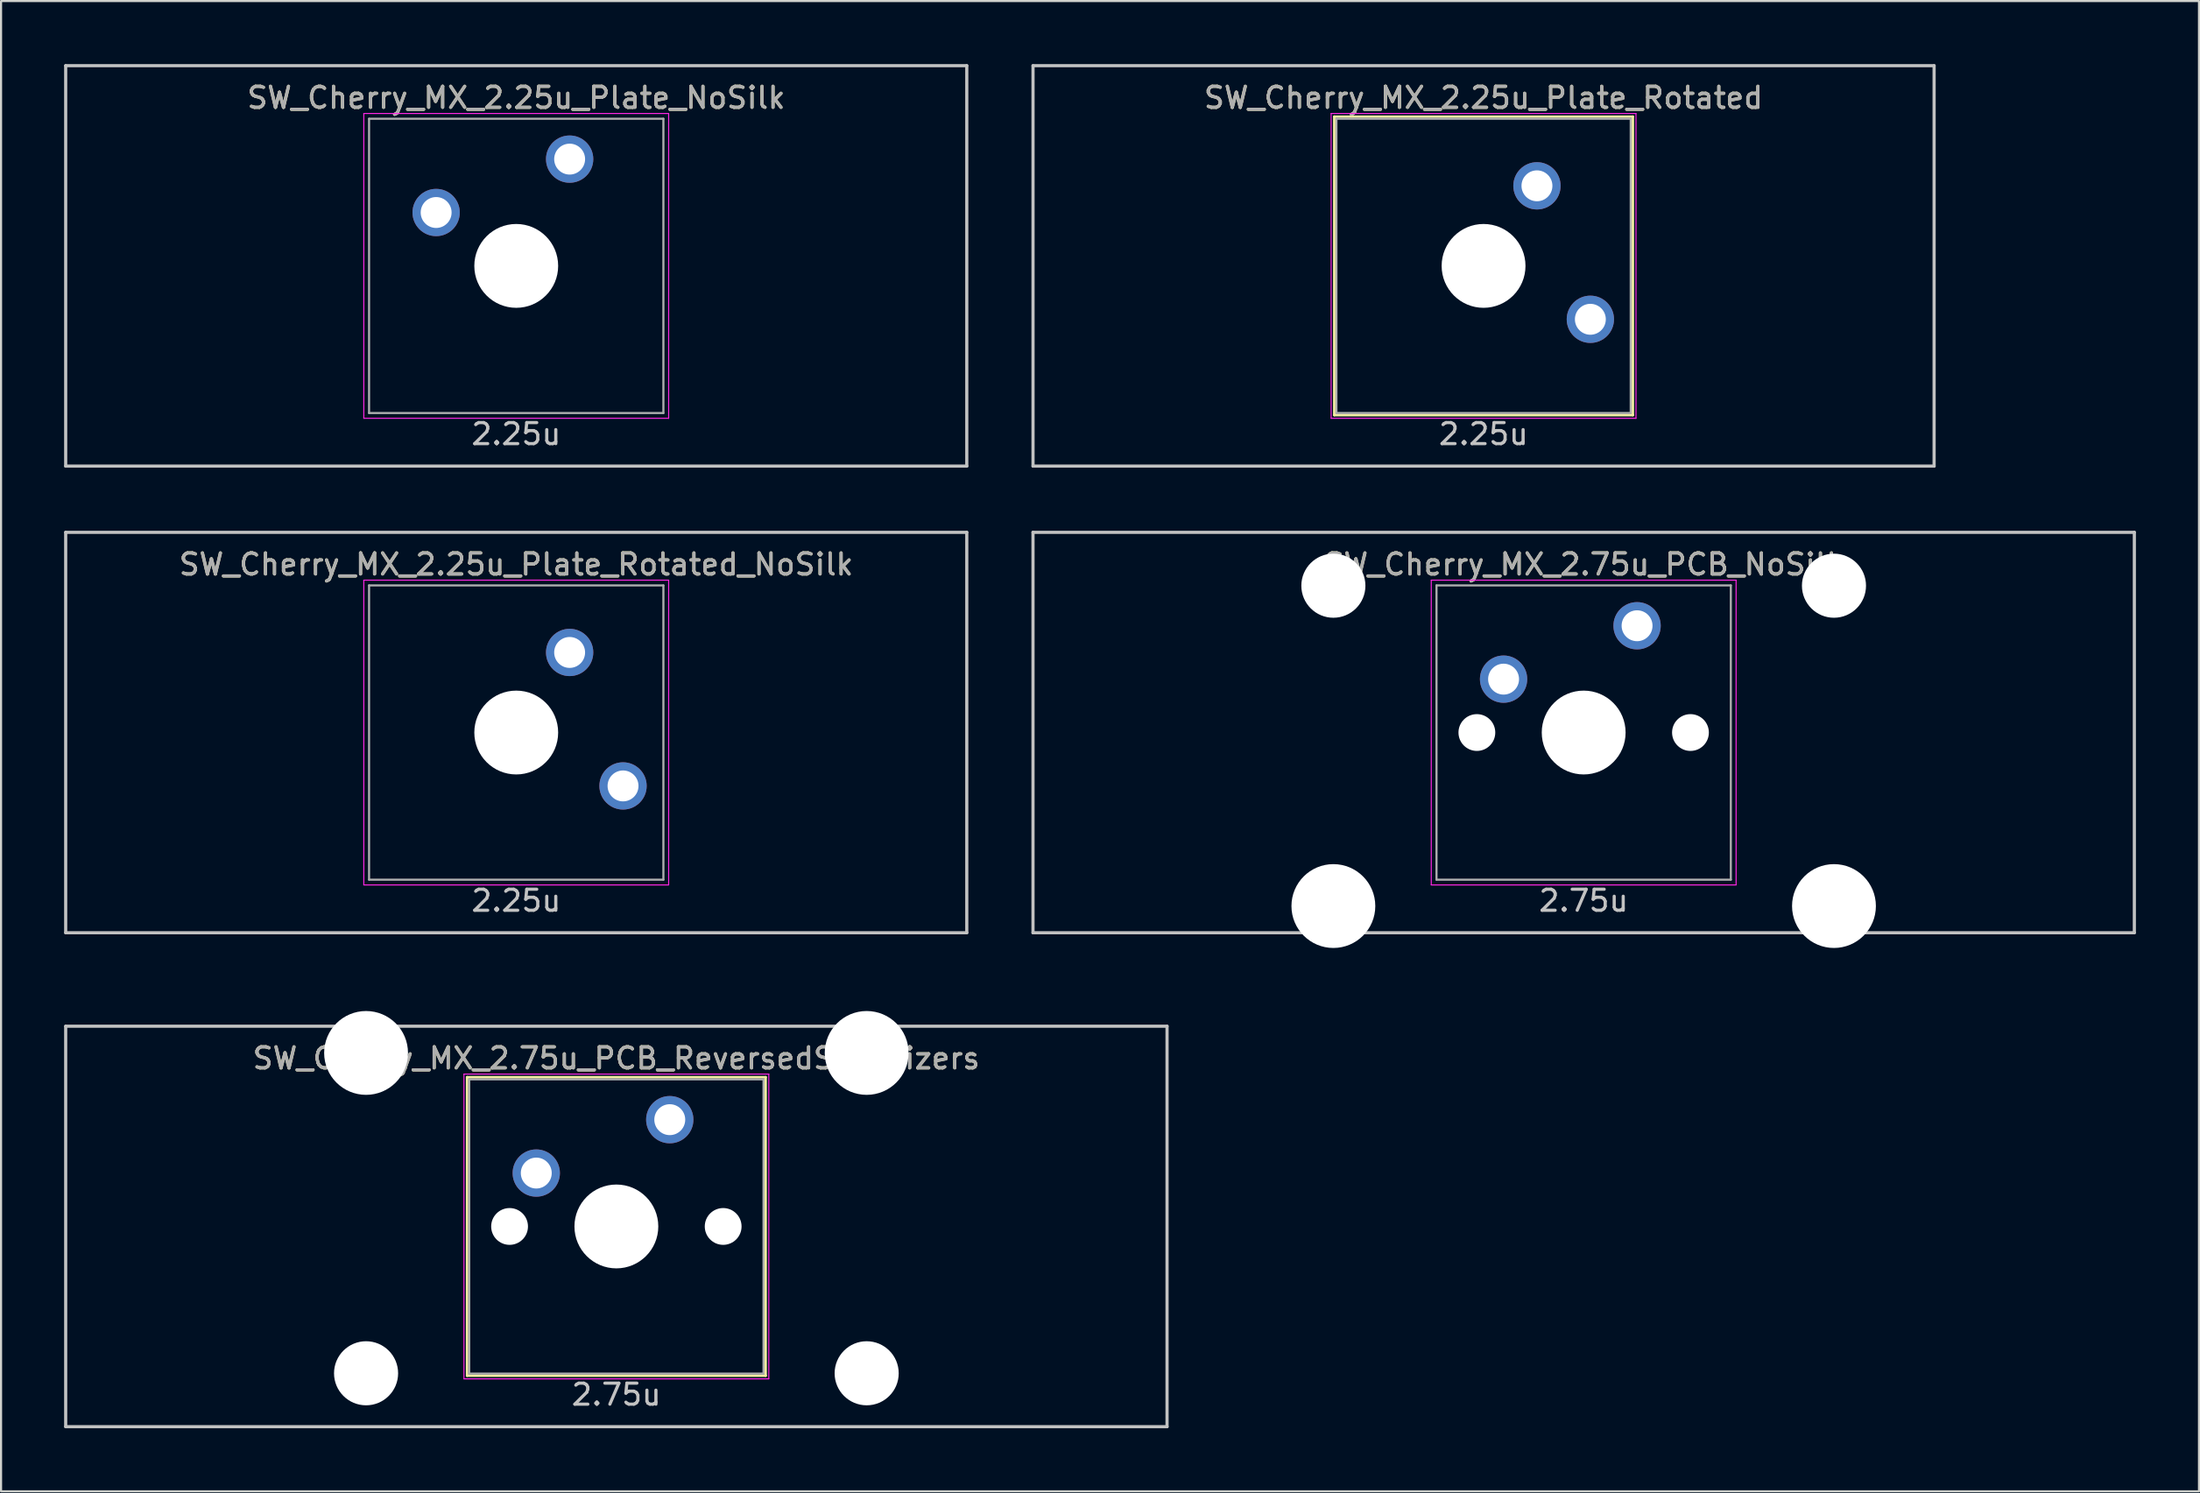
<source format=kicad_pcb>
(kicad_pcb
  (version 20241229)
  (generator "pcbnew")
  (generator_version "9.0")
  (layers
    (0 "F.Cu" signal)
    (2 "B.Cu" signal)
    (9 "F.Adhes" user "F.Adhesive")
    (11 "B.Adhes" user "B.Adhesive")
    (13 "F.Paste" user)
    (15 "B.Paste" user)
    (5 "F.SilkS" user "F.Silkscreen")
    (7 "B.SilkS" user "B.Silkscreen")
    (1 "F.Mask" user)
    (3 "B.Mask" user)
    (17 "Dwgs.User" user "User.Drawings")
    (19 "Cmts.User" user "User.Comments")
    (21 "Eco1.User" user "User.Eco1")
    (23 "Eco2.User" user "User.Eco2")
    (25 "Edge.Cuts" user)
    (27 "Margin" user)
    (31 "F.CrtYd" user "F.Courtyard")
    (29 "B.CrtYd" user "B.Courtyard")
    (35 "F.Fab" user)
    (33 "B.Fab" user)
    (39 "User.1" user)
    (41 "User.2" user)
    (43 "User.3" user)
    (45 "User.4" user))
  (footprint "SW_Cherry_MX_2.75u_PCB_NoSilk"
    (layer "F.Cu")
    (at 72.281 31.8)
    (property "Reference" "SW_Cherry_MX_2.75u_PCB_NoSilk" (at 0 -8 0) (layer "F.SilkS") (effects (font (size 1 1) (thickness 0.15))))
    (attr through_hole)
    (fp_line (start -26.194 -9.525) (end 26.194 -9.525) (stroke (width 0.15) (type solid)) (layer "Dwgs.User"))
    (fp_line (start -26.194 9.525) (end -26.194 -9.525) (stroke (width 0.15) (type solid)) (layer "Dwgs.User"))
    (fp_line (start -26.194 9.525) (end 26.194 9.525) (stroke (width 0.15) (type solid)) (layer "Dwgs.User"))
    (fp_line (start 26.194 -9.525) (end 26.194 9.525) (stroke (width 0.15) (type solid)) (layer "Dwgs.User"))
    (fp_line (start -7.25 -7.25) (end 7.25 -7.25) (stroke (width 0.05) (type solid)) (layer "F.CrtYd"))
    (fp_line (start -7.25 7.25) (end -7.25 -7.25) (stroke (width 0.05) (type solid)) (layer "F.CrtYd"))
    (fp_line (start 7.25 -7.25) (end 7.25 7.25) (stroke (width 0.05) (type solid)) (layer "F.CrtYd"))
    (fp_line (start 7.25 7.25) (end -7.25 7.25) (stroke (width 0.05) (type solid)) (layer "F.CrtYd"))
    (fp_line (start -7 -7) (end 7 -7) (stroke (width 0.1) (type solid)) (layer "F.Fab"))
    (fp_line (start -7 7) (end -7 -7) (stroke (width 0.1) (type solid)) (layer "F.Fab"))
    (fp_line (start 7 -7) (end 7 7) (stroke (width 0.1) (type solid)) (layer "F.Fab"))
    (fp_line (start 7 7) (end -7 7) (stroke (width 0.1) (type solid)) (layer "F.Fab"))
    (fp_text user "2.75u" (at 0 8 0) (layer "Dwgs.User") (effects (font (size 1 1) (thickness 0.15))))
    (fp_text user "${REFERENCE}" (at 0 -8 0) (layer "F.Fab") (effects (font (size 1 1) (thickness 0.15))))
    (pad "" np_thru_hole circle (at -11.906 -6.985) (size 3.048 3.048) (drill 3.048) (layers "*.Cu" "*.Mask"))
    (pad "" np_thru_hole circle (at -11.906 8.255) (size 3.988 3.988) (drill 3.988) (layers "*.Cu" "*.Mask"))
    (pad "" np_thru_hole circle (at -5.08 0 48.1) (size 1.75 1.75) (drill 1.75) (layers "*.Cu" "*.Mask"))
    (pad "" np_thru_hole circle (at 0 0) (size 3.988 3.988) (drill 3.988) (layers "*.Cu" "*.Mask"))
    (pad "" np_thru_hole circle (at 5.08 0 48.1) (size 1.75 1.75) (drill 1.75) (layers "*.Cu" "*.Mask"))
    (pad "" np_thru_hole circle (at 11.906 -6.985) (size 3.048 3.048) (drill 3.048) (layers "*.Cu" "*.Mask"))
    (pad "" np_thru_hole circle (at 11.906 8.255) (size 3.988 3.988) (drill 3.988) (layers "*.Cu" "*.Mask"))
    (pad "1" thru_hole circle (at -3.81 -2.54) (size 2.25 2.25) (drill 1.47) (layers "*.Cu" "B.Mask"))
    (pad "2" thru_hole circle (at 2.54 -5.08) (size 2.25 2.25) (drill 1.47) (layers "*.Cu" "B.Mask")))
  (footprint "SW_Cherry_MX_2.75u_PCB_ReversedStabilizers"
    (layer "F.Cu")
    (at 26.269 55.298)
    (property "Reference" "SW_Cherry_MX_2.75u_PCB_ReversedStabilizers" (at 0 -8 0) (layer "F.SilkS") (effects (font (size 1 1) (thickness 0.15))))
    (attr through_hole)
    (fp_line (start -7.1 -7.1) (end 7.1 -7.1) (stroke (width 0.12) (type solid)) (layer "F.SilkS"))
    (fp_line (start -7.1 7.1) (end -7.1 -7.1) (stroke (width 0.12) (type solid)) (layer "F.SilkS"))
    (fp_line (start 7.1 -7.1) (end 7.1 7.1) (stroke (width 0.12) (type solid)) (layer "F.SilkS"))
    (fp_line (start 7.1 7.1) (end -7.1 7.1) (stroke (width 0.12) (type solid)) (layer "F.SilkS"))
    (fp_line (start -26.194 -9.525) (end 26.194 -9.525) (stroke (width 0.15) (type solid)) (layer "Dwgs.User"))
    (fp_line (start -26.194 9.525) (end -26.194 -9.525) (stroke (width 0.15) (type solid)) (layer "Dwgs.User"))
    (fp_line (start -26.194 9.525) (end 26.194 9.525) (stroke (width 0.15) (type solid)) (layer "Dwgs.User"))
    (fp_line (start 26.194 -9.525) (end 26.194 9.525) (stroke (width 0.15) (type solid)) (layer "Dwgs.User"))
    (fp_line (start -7.25 -7.25) (end 7.25 -7.25) (stroke (width 0.05) (type solid)) (layer "F.CrtYd"))
    (fp_line (start -7.25 7.25) (end -7.25 -7.25) (stroke (width 0.05) (type solid)) (layer "F.CrtYd"))
    (fp_line (start 7.25 -7.25) (end 7.25 7.25) (stroke (width 0.05) (type solid)) (layer "F.CrtYd"))
    (fp_line (start 7.25 7.25) (end -7.25 7.25) (stroke (width 0.05) (type solid)) (layer "F.CrtYd"))
    (fp_line (start -7 -7) (end 7 -7) (stroke (width 0.1) (type solid)) (layer "F.Fab"))
    (fp_line (start -7 7) (end -7 -7) (stroke (width 0.1) (type solid)) (layer "F.Fab"))
    (fp_line (start 7 -7) (end 7 7) (stroke (width 0.1) (type solid)) (layer "F.Fab"))
    (fp_line (start 7 7) (end -7 7) (stroke (width 0.1) (type solid)) (layer "F.Fab"))
    (fp_text user "2.75u" (at 0 8 0) (layer "Dwgs.User") (effects (font (size 1 1) (thickness 0.15))))
    (fp_text user "${REFERENCE}" (at 0 -8 0) (layer "F.Fab") (effects (font (size 1 1) (thickness 0.15))))
    (pad "" np_thru_hole circle (at -11.906 -8.255) (size 3.988 3.988) (drill 3.988) (layers "*.Cu" "*.Mask"))
    (pad "" np_thru_hole circle (at -11.906 6.985) (size 3.048 3.048) (drill 3.048) (layers "*.Cu" "*.Mask"))
    (pad "" np_thru_hole circle (at -5.08 0 48.1) (size 1.75 1.75) (drill 1.75) (layers "*.Cu" "*.Mask"))
    (pad "" np_thru_hole circle (at 0 0) (size 3.988 3.988) (drill 3.988) (layers "*.Cu" "*.Mask"))
    (pad "" np_thru_hole circle (at 5.08 0 48.1) (size 1.75 1.75) (drill 1.75) (layers "*.Cu" "*.Mask"))
    (pad "" np_thru_hole circle (at 11.906 -8.255) (size 3.988 3.988) (drill 3.988) (layers "*.Cu" "*.Mask"))
    (pad "" np_thru_hole circle (at 11.906 6.985) (size 3.048 3.048) (drill 3.048) (layers "*.Cu" "*.Mask"))
    (pad "1" thru_hole circle (at -3.81 -2.54) (size 2.25 2.25) (drill 1.47) (layers "*.Cu" "B.Mask"))
    (pad "2" thru_hole circle (at 2.54 -5.08) (size 2.25 2.25) (drill 1.47) (layers "*.Cu" "B.Mask")))
  (footprint "SW_Cherry_MX_2.25u_Plate_Rotated"
    (layer "F.Cu")
    (at 67.519 9.6)
    (property "Reference" "SW_Cherry_MX_2.25u_Plate_Rotated" (at 0 -8 0) (layer "F.SilkS") (effects (font (size 1 1) (thickness 0.15))))
    (attr through_hole)
    (fp_line (start -7.1 -7.1) (end 7.1 -7.1) (stroke (width 0.12) (type solid)) (layer "F.SilkS"))
    (fp_line (start -7.1 7.1) (end -7.1 -7.1) (stroke (width 0.12) (type solid)) (layer "F.SilkS"))
    (fp_line (start 7.1 -7.1) (end 7.1 7.1) (stroke (width 0.12) (type solid)) (layer "F.SilkS"))
    (fp_line (start 7.1 7.1) (end -7.1 7.1) (stroke (width 0.12) (type solid)) (layer "F.SilkS"))
    (fp_line (start -21.431 9.525) (end -21.431 -9.525) (stroke (width 0.15) (type solid)) (layer "Dwgs.User"))
    (fp_line (start 21.431 -9.525) (end -21.431 -9.525) (stroke (width 0.15) (type solid)) (layer "Dwgs.User"))
    (fp_line (start 21.431 -9.525) (end 21.431 9.525) (stroke (width 0.15) (type solid)) (layer "Dwgs.User"))
    (fp_line (start 21.431 9.525) (end -21.431 9.525) (stroke (width 0.15) (type solid)) (layer "Dwgs.User"))
    (fp_line (start -7.25 -7.25) (end 7.25 -7.25) (stroke (width 0.05) (type solid)) (layer "F.CrtYd"))
    (fp_line (start -7.25 7.25) (end -7.25 -7.25) (stroke (width 0.05) (type solid)) (layer "F.CrtYd"))
    (fp_line (start 7.25 -7.25) (end 7.25 7.25) (stroke (width 0.05) (type solid)) (layer "F.CrtYd"))
    (fp_line (start 7.25 7.25) (end -7.25 7.25) (stroke (width 0.05) (type solid)) (layer "F.CrtYd"))
    (fp_line (start -7 -7) (end 7 -7) (stroke (width 0.1) (type solid)) (layer "F.Fab"))
    (fp_line (start -7 7) (end -7 -7) (stroke (width 0.1) (type solid)) (layer "F.Fab"))
    (fp_line (start 7 -7) (end 7 7) (stroke (width 0.1) (type solid)) (layer "F.Fab"))
    (fp_line (start 7 7) (end -7 7) (stroke (width 0.1) (type solid)) (layer "F.Fab"))
    (fp_text user "2.25u" (at 0 8 0) (layer "Dwgs.User") (effects (font (size 1 1) (thickness 0.15))))
    (fp_text user "${REFERENCE}" (at 0 -8 0) (layer "F.Fab") (effects (font (size 1 1) (thickness 0.15))))
    (pad "" np_thru_hole circle (at 0 0 270) (size 3.988 3.988) (drill 3.988) (layers "*.Cu" "*.Mask"))
    (pad "1" thru_hole circle (at 2.54 -3.81 270) (size 2.25 2.25) (drill 1.47) (layers "*.Cu" "B.Mask"))
    (pad "2" thru_hole circle (at 5.08 2.54 270) (size 2.25 2.25) (drill 1.47) (layers "*.Cu" "B.Mask")))
  (footprint "SW_Cherry_MX_2.25u_Plate_Rotated_NoSilk"
    (layer "F.Cu")
    (at 21.506 31.8)
    (property "Reference" "SW_Cherry_MX_2.25u_Plate_Rotated_NoSilk" (at 0 -8 0) (layer "F.SilkS") (effects (font (size 1 1) (thickness 0.15))))
    (attr through_hole)
    (fp_line (start -21.431 9.525) (end -21.431 -9.525) (stroke (width 0.15) (type solid)) (layer "Dwgs.User"))
    (fp_line (start 21.431 -9.525) (end -21.431 -9.525) (stroke (width 0.15) (type solid)) (layer "Dwgs.User"))
    (fp_line (start 21.431 -9.525) (end 21.431 9.525) (stroke (width 0.15) (type solid)) (layer "Dwgs.User"))
    (fp_line (start 21.431 9.525) (end -21.431 9.525) (stroke (width 0.15) (type solid)) (layer "Dwgs.User"))
    (fp_line (start -7.25 -7.25) (end 7.25 -7.25) (stroke (width 0.05) (type solid)) (layer "F.CrtYd"))
    (fp_line (start -7.25 7.25) (end -7.25 -7.25) (stroke (width 0.05) (type solid)) (layer "F.CrtYd"))
    (fp_line (start 7.25 -7.25) (end 7.25 7.25) (stroke (width 0.05) (type solid)) (layer "F.CrtYd"))
    (fp_line (start 7.25 7.25) (end -7.25 7.25) (stroke (width 0.05) (type solid)) (layer "F.CrtYd"))
    (fp_line (start -7 -7) (end 7 -7) (stroke (width 0.1) (type solid)) (layer "F.Fab"))
    (fp_line (start -7 7) (end -7 -7) (stroke (width 0.1) (type solid)) (layer "F.Fab"))
    (fp_line (start 7 -7) (end 7 7) (stroke (width 0.1) (type solid)) (layer "F.Fab"))
    (fp_line (start 7 7) (end -7 7) (stroke (width 0.1) (type solid)) (layer "F.Fab"))
    (fp_text user "2.25u" (at 0 8 0) (layer "Dwgs.User") (effects (font (size 1 1) (thickness 0.15))))
    (fp_text user "${REFERENCE}" (at 0 -8 0) (layer "F.Fab") (effects (font (size 1 1) (thickness 0.15))))
    (pad "" np_thru_hole circle (at 0 0 270) (size 3.988 3.988) (drill 3.988) (layers "*.Cu" "*.Mask"))
    (pad "1" thru_hole circle (at 2.54 -3.81 270) (size 2.25 2.25) (drill 1.47) (layers "*.Cu" "B.Mask"))
    (pad "2" thru_hole circle (at 5.08 2.54 270) (size 2.25 2.25) (drill 1.47) (layers "*.Cu" "B.Mask")))
  (footprint "SW_Cherry_MX_2.25u_Plate_NoSilk"
    (layer "F.Cu")
    (at 21.506 9.6)
    (property "Reference" "SW_Cherry_MX_2.25u_Plate_NoSilk" (at 0 -8 0) (layer "F.SilkS") (effects (font (size 1 1) (thickness 0.15))))
    (attr through_hole)
    (fp_line (start -21.431 -9.525) (end 21.431 -9.525) (stroke (width 0.15) (type solid)) (layer "Dwgs.User"))
    (fp_line (start -21.431 9.525) (end -21.431 -9.525) (stroke (width 0.15) (type solid)) (layer "Dwgs.User"))
    (fp_line (start -21.431 9.525) (end 21.431 9.525) (stroke (width 0.15) (type solid)) (layer "Dwgs.User"))
    (fp_line (start 21.431 -9.525) (end 21.431 9.525) (stroke (width 0.15) (type solid)) (layer "Dwgs.User"))
    (fp_line (start -7.25 -7.25) (end 7.25 -7.25) (stroke (width 0.05) (type solid)) (layer "F.CrtYd"))
    (fp_line (start -7.25 7.25) (end -7.25 -7.25) (stroke (width 0.05) (type solid)) (layer "F.CrtYd"))
    (fp_line (start 7.25 -7.25) (end 7.25 7.25) (stroke (width 0.05) (type solid)) (layer "F.CrtYd"))
    (fp_line (start 7.25 7.25) (end -7.25 7.25) (stroke (width 0.05) (type solid)) (layer "F.CrtYd"))
    (fp_line (start -7 -7) (end 7 -7) (stroke (width 0.1) (type solid)) (layer "F.Fab"))
    (fp_line (start -7 7) (end -7 -7) (stroke (width 0.1) (type solid)) (layer "F.Fab"))
    (fp_line (start 7 -7) (end 7 7) (stroke (width 0.1) (type solid)) (layer "F.Fab"))
    (fp_line (start 7 7) (end -7 7) (stroke (width 0.1) (type solid)) (layer "F.Fab"))
    (fp_text user "2.25u" (at 0 8 0) (layer "Dwgs.User") (effects (font (size 1 1) (thickness 0.15))))
    (fp_text user "${REFERENCE}" (at 0 -8 0) (layer "F.Fab") (effects (font (size 1 1) (thickness 0.15))))
    (pad "" np_thru_hole circle (at 0 0) (size 3.988 3.988) (drill 3.988) (layers "*.Cu" "*.Mask"))
    (pad "1" thru_hole circle (at -3.81 -2.54) (size 2.25 2.25) (drill 1.47) (layers "*.Cu" "B.Mask"))
    (pad "2" thru_hole circle (at 2.54 -5.08) (size 2.25 2.25) (drill 1.47) (layers "*.Cu" "B.Mask")))
  (gr_rect
    (start -3 -3)
    (end 101.55 67.898)
    (stroke (width 0.1) (type default))
    (fill no)
    (layer "Edge.Cuts")))
</source>
